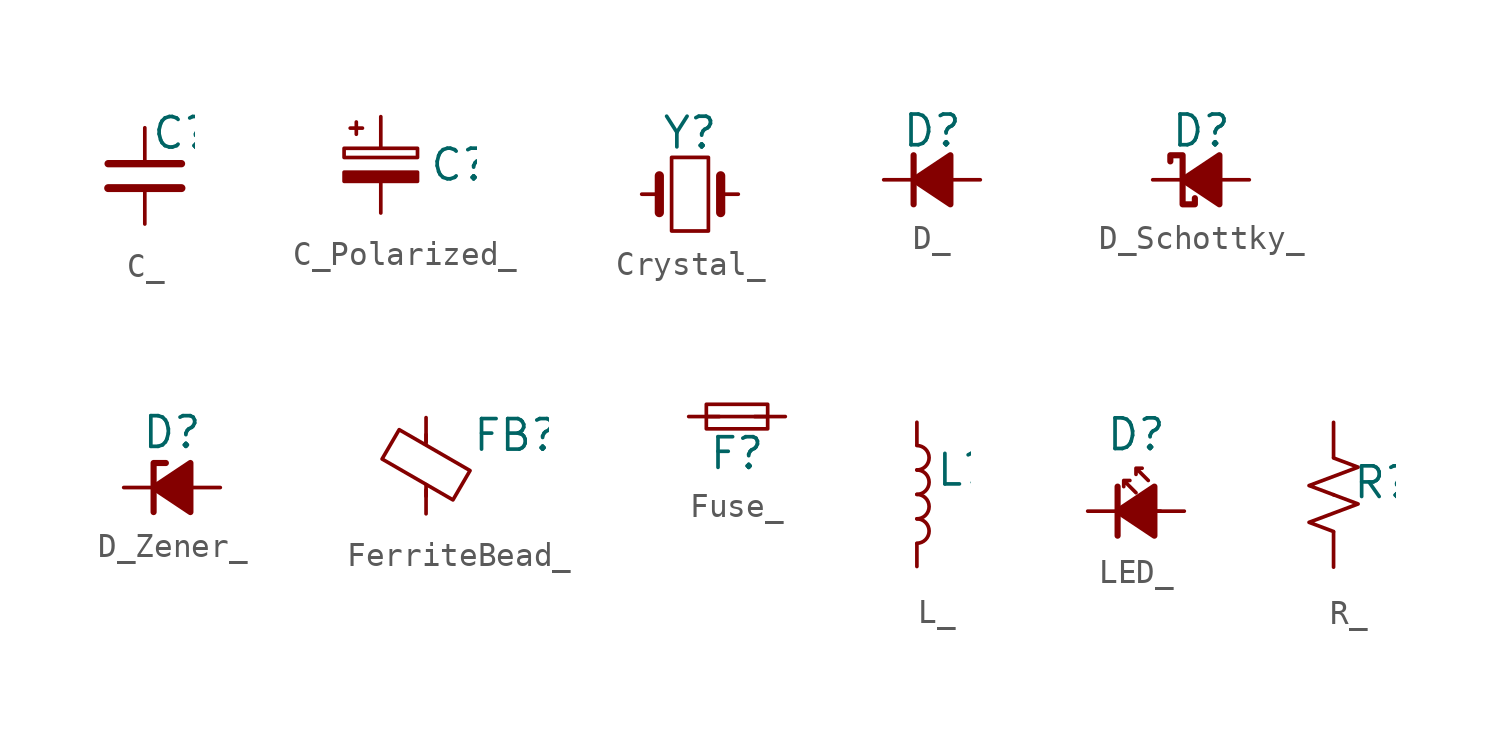
<source format=kicad_sym>
(kicad_symbol_lib
  (version 20211014)
  (generator kicad_symbol_editor)
  (symbol "C_"
    (pin_numbers hide)
    (pin_names
      (offset 0.254) hide)
    (property "Reference" "C"
      (at 0.254 1.778 0)
      (effects (font (size 1.27 1.27)) (justify left)))
    (symbol "C__0_1"
      (polyline (pts (xy -1.524 -0.508) (xy 1.524 -0.508)) (stroke (width 0.33) (type default) (color 0 0 0 0)) (fill (type none)))
      (polyline (pts (xy -1.524 0.508) (xy 1.524 0.508)) (stroke (width 0.305) (type default) (color 0 0 0 0)) (fill (type none))))
    (symbol "C__1_1"
      (pin passive line (at 0 2 270) (length 1.4) (name "~" (effects (font (size 1.27 1.27)))) (number "1" (effects (font (size 1.27 1.27)))))
      (pin passive line (at 0 -2 90) (length 1.4) (name "~" (effects (font (size 1.27 1.27)))) (number "2" (effects (font (size 1.27 1.27)))))))
  (symbol "C_Polarized_"
    (pin_numbers hide)
    (pin_names
      (offset 0.254) hide)
    (property "Reference" "C"
      (at 2 0 0)
      (effects (font (size 1.27 1.27)) (justify left)))
    (symbol "C_Polarized__0_1"
      (rectangle (start -1.524 -0.305) (end 1.524 -0.686) (stroke (width 0) (type default) (color 0 0 0 0)) (fill (type outline)))
      (rectangle (start -1.524 0.686) (end 1.524 0.305) (stroke (width 0) (type default) (color 0 0 0 0)) (fill (type none)))
      (polyline (pts (xy -1.27 1.524) (xy -0.762 1.524)) (stroke (width 0) (type default) (color 0 0 0 0)) (fill (type none)))
      (polyline (pts (xy -1.016 1.27) (xy -1.016 1.778)) (stroke (width 0) (type default) (color 0 0 0 0)) (fill (type none))))
    (symbol "C_Polarized__1_1"
      (pin passive line (at 0 2 270) (length 1.3) (name "~" (effects (font (size 1.27 1.27)))) (number "1" (effects (font (size 1.27 1.27)))))
      (pin passive line (at 0 -2 90) (length 1.5) (name "~" (effects (font (size 1.27 1.27)))) (number "2" (effects (font (size 1.27 1.27)))))))
  (symbol "Crystal_"
    (pin_numbers hide)
    (pin_names
      (offset 1.016) hide)
    (property "Reference" "Y"
      (at 0 2.54 0)
      (effects (font (size 1.27 1.27))))
    (symbol "Crystal__0_1"
      (rectangle (start -0.762 -1.524) (end 0.762 1.524) (stroke (width 0) (type default) (color 0 0 0 0)) (fill (type none)))
      (polyline (pts (xy -1.27 -0.762) (xy -1.27 0.762)) (stroke (width 0.381) (type default) (color 0 0 0 0)) (fill (type none)))
      (polyline (pts (xy 1.27 -0.762) (xy 1.27 0.762)) (stroke (width 0.381) (type default) (color 0 0 0 0)) (fill (type none))))
    (symbol "Crystal__1_1"
      (pin passive line (at -2 0 0) (length 0.8) (name "1" (effects (font (size 1.27 1.27)))) (number "1" (effects (font (size 1.27 1.27)))))
      (pin passive line (at 2 0 180) (length 0.8) (name "2" (effects (font (size 1.27 1.27)))) (number "2" (effects (font (size 1.27 1.27)))))))
  (symbol "D_"
    (pin_numbers hide)
    (pin_names
      (offset 0.254) hide)
    (property "Reference" "D"
      (at -1.27 2.032 0)
      (effects (font (size 1.27 1.27)) (justify left)))
    (symbol "D__0_1"
      (polyline (pts (xy -0.762 -1.016) (xy -0.762 1.016)) (stroke (width 0.254) (type default) (color 0 0 0 0)) (fill (type none)))
      (polyline (pts (xy -0.762 0) (xy 0.762 0)) (stroke (width 0) (type default) (color 0 0 0 0)) (fill (type none)))
      (polyline (pts (xy 0.762 -1.016) (xy -0.762 0) (xy 0.762 1.016) (xy 0.762 -1.016)) (stroke (width 0.254) (type default) (color 0 0 0 0)) (fill (type outline))))
    (symbol "D__1_1"
      (pin passive line (at -2 0 0) (length 1.778) (name "K" (effects (font (size 1.27 1.27)))) (number "1" (effects (font (size 1.27 1.27)))))
      (pin passive line (at 2 0 180) (length 1.778) (name "A" (effects (font (size 1.27 1.27)))) (number "2" (effects (font (size 1.27 1.27)))))))
  (symbol "D_Schottky_"
    (pin_numbers hide)
    (pin_names
      (offset 0.254) hide)
    (property "Reference" "D"
      (at -1.27 2.032 0)
      (effects (font (size 1.27 1.27)) (justify left)))
    (symbol "D_Schottky__0_1"
      (polyline (pts (xy -0.762 0) (xy 0.762 0)) (stroke (width 0) (type default) (color 0 0 0 0)) (fill (type none)))
      (polyline (pts (xy 0.762 -1.016) (xy -0.762 0) (xy 0.762 1.016) (xy 0.762 -1.016)) (stroke (width 0.254) (type default) (color 0 0 0 0)) (fill (type outline)))
      (polyline (pts (xy -1.27 0.762) (xy -1.27 1.016) (xy -0.762 1.016) (xy -0.762 -1.016) (xy -0.254 -1.016) (xy -0.254 -0.762)) (stroke (width 0.254) (type default) (color 0 0 0 0)) (fill (type none))))
    (symbol "D_Schottky__1_1"
      (pin passive line (at -2 0 0) (length 1.778) (name "K" (effects (font (size 1.27 1.27)))) (number "1" (effects (font (size 1.27 1.27)))))
      (pin passive line (at 2 0 180) (length 1.778) (name "A" (effects (font (size 1.27 1.27)))) (number "2" (effects (font (size 1.27 1.27)))))))
  (symbol "D_Zener_"
    (pin_numbers hide)
    (pin_names
      (offset 0.254) hide)
    (property "Reference" "D"
      (at 0 2.286 0)
      (effects (font (size 1.27 1.27))))
    (symbol "D_Zener__0_1"
      (polyline (pts (xy 0.762 0) (xy -0.762 0)) (stroke (width 0) (type default) (color 0 0 0 0)) (fill (type none)))
      (polyline (pts (xy -0.254 1.016) (xy -0.762 1.016) (xy -0.762 -1.016)) (stroke (width 0.254) (type default) (color 0 0 0 0)) (fill (type none)))
      (polyline (pts (xy 0.762 1.016) (xy -0.762 0) (xy 0.762 -1.016) (xy 0.762 1.016)) (stroke (width 0.254) (type default) (color 0 0 0 0)) (fill (type outline))))
    (symbol "D_Zener__1_1"
      (pin passive line (at -2 0 0) (length 1.778) (name "K" (effects (font (size 1.27 1.27)))) (number "1" (effects (font (size 1.27 1.27)))))
      (pin passive line (at 2 0 180) (length 1.778) (name "A" (effects (font (size 1.27 1.27)))) (number "2" (effects (font (size 1.27 1.27)))))))
  (symbol "FerriteBead_"
    (pin_numbers hide)
    (pin_names
      (offset 0))
    (property "Reference" "FB"
      (at 1.905 1.27 0)
      (effects (font (size 1.27 1.27)) (justify left)))
    (symbol "FerriteBead__0_1"
      (polyline (pts (xy 0 -1.27) (xy 0 -0.787)) (stroke (width 0) (type default) (color 0 0 0 0)) (fill (type none)))
      (polyline (pts (xy 0 0.889) (xy 0 1.295)) (stroke (width 0) (type default) (color 0 0 0 0)) (fill (type none)))
      (polyline (pts (xy -1.829 0.279) (xy -1.118 1.499) (xy 1.829 -0.203) (xy 1.118 -1.422) (xy -1.829 0.279)) (stroke (width 0) (type default) (color 0 0 0 0)) (fill (type none))))
    (symbol "FerriteBead__1_1"
      (pin passive line (at 0 2 270) (length 1) (name "~" (effects (font (size 1.27 1.27)))) (number "1" (effects (font (size 1.27 1.27)))))
      (pin passive line (at 0 -2 90) (length 1) (name "~" (effects (font (size 1.27 1.27)))) (number "2" (effects (font (size 1.27 1.27)))))))
  (symbol "Fuse_"
    (pin_numbers hide)
    (pin_names
      (offset 0.254) hide)
    (property "Reference" "F"
      (at 0 -1.524 0)
      (effects (font (size 1.27 1.27))))
    (symbol "Fuse__0_1"
      (rectangle (start -1.27 0.508) (end 1.27 -0.508) (stroke (width 0) (type default) (color 0 0 0 0)) (fill (type none)))
      (polyline (pts (xy -1.27 0) (xy 1.27 0)) (stroke (width 0) (type default) (color 0 0 0 0)) (fill (type none))))
    (symbol "Fuse__1_1"
      (pin passive line (at -2 0 0) (length 1.27) (name "~" (effects (font (size 1.27 1.27)))) (number "1" (effects (font (size 1.27 1.27)))))
      (pin passive line (at 2 0 180) (length 1.27) (name "~" (effects (font (size 1.27 1.27)))) (number "2" (effects (font (size 1.27 1.27)))))))
  (symbol "L_"
    (pin_numbers hide)
    (pin_names
      (offset 0.254) hide)
    (property "Reference" "L"
      (at 0.762 1.016 0)
      (effects (font (size 1.27 1.27)) (justify left)))
    (symbol "L__0_1"
      (arc (start 0 -2.032) (mid 0.508 -1.524) (end 0 -1.016) (stroke (width 0) (type default) (color 0 0 0 0)) (fill (type none)))
      (arc (start 0 -1.016) (mid 0.508 -0.508) (end 0 0) (stroke (width 0) (type default) (color 0 0 0 0)) (fill (type none)))
      (arc (start 0 0) (mid 0.508 0.508) (end 0 1.016) (stroke (width 0) (type default) (color 0 0 0 0)) (fill (type none)))
      (arc (start 0 1.016) (mid 0.508 1.524) (end 0 2.032) (stroke (width 0) (type default) (color 0 0 0 0)) (fill (type none))))
    (symbol "L__1_1"
      (pin passive line (at 0 3 270) (length 0.95) (name "~" (effects (font (size 1.27 1.27)))) (number "1" (effects (font (size 1.27 1.27)))))
      (pin passive line (at 0 -3 90) (length 0.95) (name "~" (effects (font (size 1.27 1.27)))) (number "2" (effects (font (size 1.27 1.27)))))))
  (symbol "LED_"
    (pin_numbers hide)
    (pin_names
      (offset 0.254) hide)
    (property "Reference" "D"
      (at -1.27 3.175 0)
      (effects (font (size 1.27 1.27)) (justify left)))
    (symbol "LED__0_1"
      (polyline (pts (xy -0.762 -1.016) (xy -0.762 1.016)) (stroke (width 0.254) (type default) (color 0 0 0 0)) (fill (type none)))
      (polyline (pts (xy 1.016 0) (xy -0.762 0)) (stroke (width 0) (type default) (color 0 0 0 0)) (fill (type none)))
      (polyline (pts (xy 0.762 -1.016) (xy -0.762 0) (xy 0.762 1.016) (xy 0.762 -1.016)) (stroke (width 0.254) (type default) (color 0 0 0 0)) (fill (type outline)))
      (polyline (pts (xy 0 0.762) (xy -0.508 1.27) (xy -0.254 1.27) (xy -0.508 1.27) (xy -0.508 1.016)) (stroke (width 0) (type default) (color 0 0 0 0)) (fill (type none)))
      (polyline (pts (xy 0.508 1.27) (xy 0 1.778) (xy 0.254 1.778) (xy 0 1.778) (xy 0 1.524)) (stroke (width 0) (type default) (color 0 0 0 0)) (fill (type none))))
    (symbol "LED__1_1"
      (pin passive line (at -2 0 0) (length 1.778) (name "K" (effects (font (size 1.27 1.27)))) (number "1" (effects (font (size 1.27 1.27)))))
      (pin passive line (at 2 0 180) (length 1.778) (name "A" (effects (font (size 1.27 1.27)))) (number "2" (effects (font (size 1.27 1.27)))))))
  (symbol "R_"
    (pin_numbers hide)
    (pin_names
      (offset 0.254) hide)
    (property "Reference" "R"
      (at 0.762 0.508 0)
      (effects (font (size 1.27 1.27)) (justify left)))
    (symbol "R__1_1"
      (polyline (pts (xy 0 0) (xy 1.016 -0.381) (xy 0 -0.762) (xy -1.016 -1.143) (xy 0 -1.524)) (stroke (width 0) (type default) (color 0 0 0 0)) (fill (type none)))
      (polyline (pts (xy 0 1.524) (xy 1.016 1.143) (xy 0 0.762) (xy -1.016 0.381) (xy 0 0)) (stroke (width 0) (type default) (color 0 0 0 0)) (fill (type none)))
      (pin passive line (at 0 3 270) (length 1.45) (name "~" (effects (font (size 1.27 1.27)))) (number "1" (effects (font (size 1.27 1.27)))))
      (pin passive line (at 0 -3 90) (length 1.45) (name "~" (effects (font (size 1.27 1.27)))) (number "2" (effects (font (size 1.27 1.27))))))))
</source>
